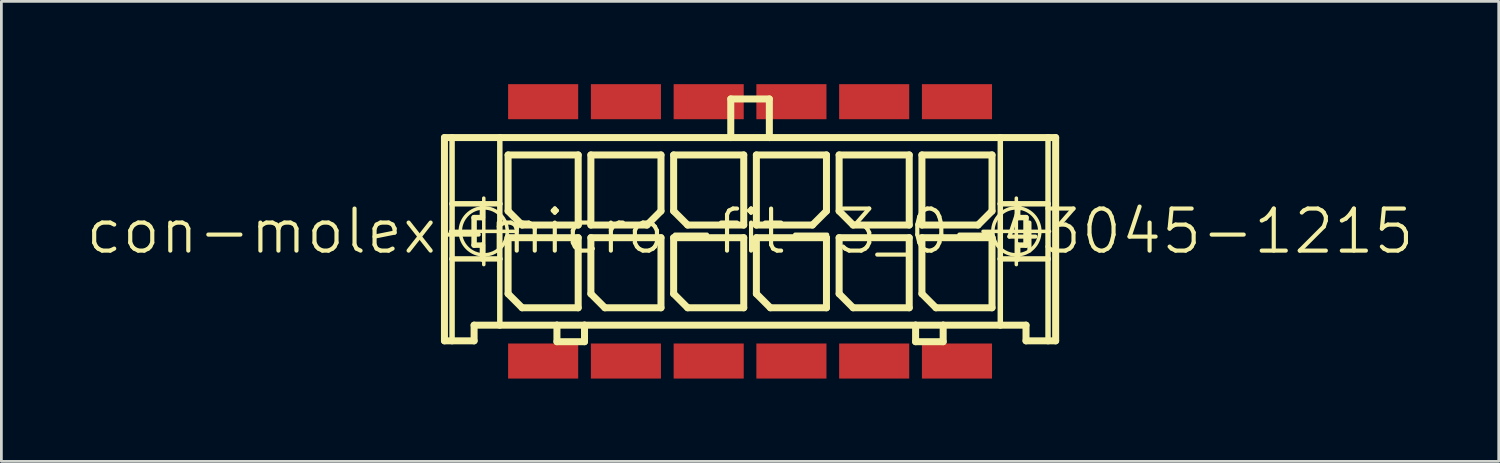
<source format=kicad_pcb>
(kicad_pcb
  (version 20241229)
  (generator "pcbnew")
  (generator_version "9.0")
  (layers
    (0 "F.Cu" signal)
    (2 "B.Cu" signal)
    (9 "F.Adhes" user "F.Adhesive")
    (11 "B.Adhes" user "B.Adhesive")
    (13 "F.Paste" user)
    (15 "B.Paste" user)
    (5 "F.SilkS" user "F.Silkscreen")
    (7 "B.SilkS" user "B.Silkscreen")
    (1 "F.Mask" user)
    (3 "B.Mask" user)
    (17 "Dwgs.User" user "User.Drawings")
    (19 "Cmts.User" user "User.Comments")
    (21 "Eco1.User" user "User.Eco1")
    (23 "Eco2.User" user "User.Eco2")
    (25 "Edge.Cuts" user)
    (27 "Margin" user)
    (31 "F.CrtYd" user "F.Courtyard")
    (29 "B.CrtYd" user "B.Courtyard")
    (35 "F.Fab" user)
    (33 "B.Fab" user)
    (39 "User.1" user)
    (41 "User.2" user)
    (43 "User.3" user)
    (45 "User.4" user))
  (footprint "con-molex-micro-fit-3_0-43045-1215"
    (layer "F.Cu")
    (at 24.13 5.334)
    (property "Reference" "con-molex-micro-fit-3_0-43045-1215" (at 0 0 0) (layer "F.SilkS") (effects (font (size 1.524 1.524) (thickness 0.15))))
    (attr smd)
    (fp_line (start -11.074 -3.399) (end -10.798 -3.399) (stroke (width 0.254) (type solid)) (layer "F.SilkS"))
    (fp_line (start -11.074 3.967) (end -11.074 -3.399) (stroke (width 0.254) (type solid)) (layer "F.SilkS"))
    (fp_line (start -10.853 0) (end -8.443 0) (stroke (width 0.127) (type solid)) (layer "F.SilkS"))
    (fp_line (start -10.798 -3.399) (end -9.068 -3.399) (stroke (width 0.254) (type solid)) (layer "F.SilkS"))
    (fp_line (start -10.798 -0.998) (end -10.798 -3.399) (stroke (width 0.198) (type solid)) (layer "F.SilkS"))
    (fp_line (start -10.798 0.998) (end -10.798 -0.998) (stroke (width 0.198) (type solid)) (layer "F.SilkS"))
    (fp_line (start -10.798 3.967) (end -11.074 3.967) (stroke (width 0.254) (type solid)) (layer "F.SilkS"))
    (fp_line (start -10.798 3.967) (end -10.798 0.998) (stroke (width 0.198) (type solid)) (layer "F.SilkS"))
    (fp_line (start -10 -0.498) (end -10 0.498) (stroke (width 0.198) (type solid)) (layer "F.SilkS"))
    (fp_line (start -10 0.498) (end -9.698 0.498) (stroke (width 0.198) (type solid)) (layer "F.SilkS"))
    (fp_line (start -10 3.399) (end -10 3.967) (stroke (width 0.254) (type solid)) (layer "F.SilkS"))
    (fp_line (start -10 3.967) (end -10.798 3.967) (stroke (width 0.254) (type solid)) (layer "F.SilkS"))
    (fp_line (start -9.698 -0.998) (end -10.798 -0.998) (stroke (width 0.198) (type solid)) (layer "F.SilkS"))
    (fp_line (start -9.698 -0.998) (end -9.698 -0.498) (stroke (width 0.198) (type solid)) (layer "F.SilkS"))
    (fp_line (start -9.698 -0.498) (end -10 -0.498) (stroke (width 0.198) (type solid)) (layer "F.SilkS"))
    (fp_line (start -9.698 0.498) (end -9.698 0.998) (stroke (width 0.198) (type solid)) (layer "F.SilkS"))
    (fp_line (start -9.698 0.998) (end -10.798 0.998) (stroke (width 0.198) (type solid)) (layer "F.SilkS"))
    (fp_line (start -9.649 1.204) (end -9.649 -1.204) (stroke (width 0.127) (type solid)) (layer "F.SilkS"))
    (fp_line (start -9.068 -3.399) (end -0.699 -3.399) (stroke (width 0.254) (type solid)) (layer "F.SilkS"))
    (fp_line (start -9.068 -0.998) (end -9.698 -0.998) (stroke (width 0.198) (type solid)) (layer "F.SilkS"))
    (fp_line (start -9.068 -0.998) (end -9.068 -3.399) (stroke (width 0.198) (type solid)) (layer "F.SilkS"))
    (fp_line (start -9.068 0.998) (end -9.698 0.998) (stroke (width 0.198) (type solid)) (layer "F.SilkS"))
    (fp_line (start -9.068 0.998) (end -9.068 -0.998) (stroke (width 0.198) (type solid)) (layer "F.SilkS"))
    (fp_line (start -9.068 3.399) (end -10 3.399) (stroke (width 0.254) (type solid)) (layer "F.SilkS"))
    (fp_line (start -9.068 3.399) (end -9.068 0.998) (stroke (width 0.198) (type solid)) (layer "F.SilkS"))
    (fp_line (start -8.768 -2.769) (end -6.228 -2.769) (stroke (width 0.254) (type solid)) (layer "F.SilkS"))
    (fp_line (start -8.768 -0.737) (end -8.768 -2.769) (stroke (width 0.254) (type solid)) (layer "F.SilkS"))
    (fp_line (start -8.768 0.229) (end -6.228 0.229) (stroke (width 0.254) (type solid)) (layer "F.SilkS"))
    (fp_line (start -8.768 2.261) (end -8.768 0.229) (stroke (width 0.254) (type solid)) (layer "F.SilkS"))
    (fp_line (start -8.26 -0.229) (end -8.768 -0.737) (stroke (width 0.254) (type solid)) (layer "F.SilkS"))
    (fp_line (start -8.26 2.769) (end -8.768 2.261) (stroke (width 0.254) (type solid)) (layer "F.SilkS"))
    (fp_line (start -6.998 3.399) (end -9.068 3.399) (stroke (width 0.254) (type solid)) (layer "F.SilkS"))
    (fp_line (start -6.998 3.399) (end -6.998 3.998) (stroke (width 0.254) (type solid)) (layer "F.SilkS"))
    (fp_line (start -6.998 3.998) (end -5.999 3.998) (stroke (width 0.254) (type solid)) (layer "F.SilkS"))
    (fp_line (start -6.228 -2.769) (end -6.228 -0.229) (stroke (width 0.254) (type solid)) (layer "F.SilkS"))
    (fp_line (start -6.228 -0.229) (end -8.26 -0.229) (stroke (width 0.254) (type solid)) (layer "F.SilkS"))
    (fp_line (start -6.228 0.229) (end -6.228 2.769) (stroke (width 0.254) (type solid)) (layer "F.SilkS"))
    (fp_line (start -6.228 2.769) (end -8.26 2.769) (stroke (width 0.254) (type solid)) (layer "F.SilkS"))
    (fp_line (start -5.999 3.399) (end -6.998 3.399) (stroke (width 0.254) (type solid)) (layer "F.SilkS"))
    (fp_line (start -5.999 3.998) (end -5.999 3.399) (stroke (width 0.254) (type solid)) (layer "F.SilkS"))
    (fp_line (start -5.768 -2.769) (end -5.768 -0.229) (stroke (width 0.254) (type solid)) (layer "F.SilkS"))
    (fp_line (start -5.768 -0.229) (end -3.736 -0.229) (stroke (width 0.254) (type solid)) (layer "F.SilkS"))
    (fp_line (start -5.768 0.229) (end -3.228 0.229) (stroke (width 0.254) (type solid)) (layer "F.SilkS"))
    (fp_line (start -5.768 2.261) (end -5.768 0.229) (stroke (width 0.254) (type solid)) (layer "F.SilkS"))
    (fp_line (start -5.26 2.769) (end -5.768 2.261) (stroke (width 0.254) (type solid)) (layer "F.SilkS"))
    (fp_line (start -3.736 -0.229) (end -3.228 -0.737) (stroke (width 0.254) (type solid)) (layer "F.SilkS"))
    (fp_line (start -3.228 -2.769) (end -5.768 -2.769) (stroke (width 0.254) (type solid)) (layer "F.SilkS"))
    (fp_line (start -3.228 -0.737) (end -3.228 -2.769) (stroke (width 0.254) (type solid)) (layer "F.SilkS"))
    (fp_line (start -3.228 0.229) (end -3.228 2.769) (stroke (width 0.254) (type solid)) (layer "F.SilkS"))
    (fp_line (start -3.228 2.769) (end -5.26 2.769) (stroke (width 0.254) (type solid)) (layer "F.SilkS"))
    (fp_line (start -2.769 -2.769) (end -0.229 -2.769) (stroke (width 0.254) (type solid)) (layer "F.SilkS"))
    (fp_line (start -2.769 -0.737) (end -2.769 -2.769) (stroke (width 0.254) (type solid)) (layer "F.SilkS"))
    (fp_line (start -2.769 0.229) (end -0.229 0.229) (stroke (width 0.254) (type solid)) (layer "F.SilkS"))
    (fp_line (start -2.769 2.261) (end -2.769 0.229) (stroke (width 0.254) (type solid)) (layer "F.SilkS"))
    (fp_line (start -2.261 -0.229) (end -2.769 -0.737) (stroke (width 0.254) (type solid)) (layer "F.SilkS"))
    (fp_line (start -2.261 2.769) (end -2.769 2.261) (stroke (width 0.254) (type solid)) (layer "F.SilkS"))
    (fp_line (start -0.699 -4.798) (end -0.699 -3.399) (stroke (width 0.254) (type solid)) (layer "F.SilkS"))
    (fp_line (start -0.699 -4.798) (end 0.699 -4.798) (stroke (width 0.254) (type solid)) (layer "F.SilkS"))
    (fp_line (start -0.699 -3.399) (end 0.699 -3.399) (stroke (width 0.254) (type solid)) (layer "F.SilkS"))
    (fp_line (start -0.229 -2.769) (end -0.229 -0.229) (stroke (width 0.254) (type solid)) (layer "F.SilkS"))
    (fp_line (start -0.229 -0.229) (end -2.261 -0.229) (stroke (width 0.254) (type solid)) (layer "F.SilkS"))
    (fp_line (start -0.229 0.229) (end -0.229 2.769) (stroke (width 0.254) (type solid)) (layer "F.SilkS"))
    (fp_line (start -0.229 2.769) (end -2.261 2.769) (stroke (width 0.254) (type solid)) (layer "F.SilkS"))
    (fp_line (start 0.229 -2.769) (end 0.229 -0.229) (stroke (width 0.254) (type solid)) (layer "F.SilkS"))
    (fp_line (start 0.229 -0.229) (end 2.261 -0.229) (stroke (width 0.254) (type solid)) (layer "F.SilkS"))
    (fp_line (start 0.229 0.229) (end 2.769 0.229) (stroke (width 0.254) (type solid)) (layer "F.SilkS"))
    (fp_line (start 0.229 2.261) (end 0.229 0.229) (stroke (width 0.254) (type solid)) (layer "F.SilkS"))
    (fp_line (start 0.699 -4.798) (end 0.699 -3.399) (stroke (width 0.254) (type solid)) (layer "F.SilkS"))
    (fp_line (start 0.699 -3.399) (end 9.068 -3.399) (stroke (width 0.254) (type solid)) (layer "F.SilkS"))
    (fp_line (start 0.737 2.769) (end 0.229 2.261) (stroke (width 0.254) (type solid)) (layer "F.SilkS"))
    (fp_line (start 2.261 -0.229) (end 2.769 -0.737) (stroke (width 0.254) (type solid)) (layer "F.SilkS"))
    (fp_line (start 2.769 -2.769) (end 0.229 -2.769) (stroke (width 0.254) (type solid)) (layer "F.SilkS"))
    (fp_line (start 2.769 -0.737) (end 2.769 -2.769) (stroke (width 0.254) (type solid)) (layer "F.SilkS"))
    (fp_line (start 2.769 0.229) (end 2.769 2.769) (stroke (width 0.254) (type solid)) (layer "F.SilkS"))
    (fp_line (start 2.769 2.769) (end 0.737 2.769) (stroke (width 0.254) (type solid)) (layer "F.SilkS"))
    (fp_line (start 3.228 -2.769) (end 5.768 -2.769) (stroke (width 0.254) (type solid)) (layer "F.SilkS"))
    (fp_line (start 3.228 -0.737) (end 3.228 -2.769) (stroke (width 0.254) (type solid)) (layer "F.SilkS"))
    (fp_line (start 3.228 0.229) (end 5.768 0.229) (stroke (width 0.254) (type solid)) (layer "F.SilkS"))
    (fp_line (start 3.228 2.261) (end 3.228 0.229) (stroke (width 0.254) (type solid)) (layer "F.SilkS"))
    (fp_line (start 3.736 -0.229) (end 3.228 -0.737) (stroke (width 0.254) (type solid)) (layer "F.SilkS"))
    (fp_line (start 3.736 2.769) (end 3.228 2.261) (stroke (width 0.254) (type solid)) (layer "F.SilkS"))
    (fp_line (start 5.768 -2.769) (end 5.768 -0.229) (stroke (width 0.254) (type solid)) (layer "F.SilkS"))
    (fp_line (start 5.768 -0.229) (end 3.736 -0.229) (stroke (width 0.254) (type solid)) (layer "F.SilkS"))
    (fp_line (start 5.768 0.229) (end 5.768 2.769) (stroke (width 0.254) (type solid)) (layer "F.SilkS"))
    (fp_line (start 5.768 2.769) (end 3.736 2.769) (stroke (width 0.254) (type solid)) (layer "F.SilkS"))
    (fp_line (start 5.999 3.399) (end -5.999 3.399) (stroke (width 0.254) (type solid)) (layer "F.SilkS"))
    (fp_line (start 5.999 3.399) (end 5.999 3.998) (stroke (width 0.254) (type solid)) (layer "F.SilkS"))
    (fp_line (start 5.999 3.998) (end 6.998 3.998) (stroke (width 0.254) (type solid)) (layer "F.SilkS"))
    (fp_line (start 6.228 -2.769) (end 6.228 -0.229) (stroke (width 0.254) (type solid)) (layer "F.SilkS"))
    (fp_line (start 6.228 -0.229) (end 8.26 -0.229) (stroke (width 0.254) (type solid)) (layer "F.SilkS"))
    (fp_line (start 6.228 0.229) (end 8.768 0.229) (stroke (width 0.254) (type solid)) (layer "F.SilkS"))
    (fp_line (start 6.228 2.261) (end 6.228 0.229) (stroke (width 0.254) (type solid)) (layer "F.SilkS"))
    (fp_line (start 6.736 2.769) (end 6.228 2.261) (stroke (width 0.254) (type solid)) (layer "F.SilkS"))
    (fp_line (start 6.998 3.399) (end 5.999 3.399) (stroke (width 0.254) (type solid)) (layer "F.SilkS"))
    (fp_line (start 6.998 3.998) (end 6.998 3.399) (stroke (width 0.254) (type solid)) (layer "F.SilkS"))
    (fp_line (start 8.26 -0.229) (end 8.768 -0.737) (stroke (width 0.254) (type solid)) (layer "F.SilkS"))
    (fp_line (start 8.443 0) (end 10.853 0) (stroke (width 0.127) (type solid)) (layer "F.SilkS"))
    (fp_line (start 8.768 -2.769) (end 6.228 -2.769) (stroke (width 0.254) (type solid)) (layer "F.SilkS"))
    (fp_line (start 8.768 -0.737) (end 8.768 -2.769) (stroke (width 0.254) (type solid)) (layer "F.SilkS"))
    (fp_line (start 8.768 0.229) (end 8.768 2.769) (stroke (width 0.254) (type solid)) (layer "F.SilkS"))
    (fp_line (start 8.768 2.769) (end 6.736 2.769) (stroke (width 0.254) (type solid)) (layer "F.SilkS"))
    (fp_line (start 9.068 -3.399) (end 9.068 -0.998) (stroke (width 0.198) (type solid)) (layer "F.SilkS"))
    (fp_line (start 9.068 -3.399) (end 10.798 -3.399) (stroke (width 0.254) (type solid)) (layer "F.SilkS"))
    (fp_line (start 9.068 -0.998) (end 9.068 0.998) (stroke (width 0.198) (type solid)) (layer "F.SilkS"))
    (fp_line (start 9.068 -0.998) (end 9.698 -0.998) (stroke (width 0.198) (type solid)) (layer "F.SilkS"))
    (fp_line (start 9.068 0.998) (end 9.068 3.399) (stroke (width 0.198) (type solid)) (layer "F.SilkS"))
    (fp_line (start 9.068 0.998) (end 9.698 0.998) (stroke (width 0.198) (type solid)) (layer "F.SilkS"))
    (fp_line (start 9.068 3.399) (end 6.998 3.399) (stroke (width 0.254) (type solid)) (layer "F.SilkS"))
    (fp_line (start 9.649 1.204) (end 9.649 -1.204) (stroke (width 0.127) (type solid)) (layer "F.SilkS"))
    (fp_line (start 9.698 -0.998) (end 9.698 -0.498) (stroke (width 0.198) (type solid)) (layer "F.SilkS"))
    (fp_line (start 9.698 -0.998) (end 10.798 -0.998) (stroke (width 0.198) (type solid)) (layer "F.SilkS"))
    (fp_line (start 9.698 -0.498) (end 10 -0.498) (stroke (width 0.198) (type solid)) (layer "F.SilkS"))
    (fp_line (start 9.698 0.498) (end 9.698 0.998) (stroke (width 0.198) (type solid)) (layer "F.SilkS"))
    (fp_line (start 9.698 0.998) (end 10.798 0.998) (stroke (width 0.198) (type solid)) (layer "F.SilkS"))
    (fp_line (start 10 -0.498) (end 10 0.498) (stroke (width 0.198) (type solid)) (layer "F.SilkS"))
    (fp_line (start 10 0.498) (end 9.698 0.498) (stroke (width 0.198) (type solid)) (layer "F.SilkS"))
    (fp_line (start 10 3.399) (end 9.068 3.399) (stroke (width 0.254) (type solid)) (layer "F.SilkS"))
    (fp_line (start 10 3.967) (end 10 3.399) (stroke (width 0.254) (type solid)) (layer "F.SilkS"))
    (fp_line (start 10 3.967) (end 10.798 3.967) (stroke (width 0.254) (type solid)) (layer "F.SilkS"))
    (fp_line (start 10.798 -3.399) (end 11.074 -3.399) (stroke (width 0.254) (type solid)) (layer "F.SilkS"))
    (fp_line (start 10.798 -0.998) (end 10.798 -3.399) (stroke (width 0.198) (type solid)) (layer "F.SilkS"))
    (fp_line (start 10.798 0.998) (end 10.798 -0.998) (stroke (width 0.198) (type solid)) (layer "F.SilkS"))
    (fp_line (start 10.798 3.967) (end 10.798 0.998) (stroke (width 0.198) (type solid)) (layer "F.SilkS"))
    (fp_line (start 10.798 3.967) (end 11.074 3.967) (stroke (width 0.254) (type solid)) (layer "F.SilkS"))
    (fp_line (start 11.074 -3.399) (end 11.074 3.967) (stroke (width 0.254) (type solid)) (layer "F.SilkS"))
    (fp_circle (center -9.649 0) (end -10.251 0.602) (stroke (width 0.127) (type solid)) (fill no) (layer "F.SilkS"))
    (fp_circle (center 9.649 0) (end 10.251 0.602) (stroke (width 0.127) (type solid)) (fill no) (layer "F.SilkS"))
    (pad "P$1" smd rect (at 7.498 4.699) (size 2.54 1.27) (layers "F.Cu" "F.Mask" "F.Paste"))
    (pad "P$2" smd rect (at 4.498 4.699) (size 2.54 1.27) (layers "F.Cu" "F.Mask" "F.Paste"))
    (pad "P$3" smd rect (at 1.499 4.699) (size 2.54 1.27) (layers "F.Cu" "F.Mask" "F.Paste"))
    (pad "P$4" smd rect (at -1.499 4.699) (size 2.54 1.27) (layers "F.Cu" "F.Mask" "F.Paste"))
    (pad "P$5" smd rect (at -4.498 4.699) (size 2.54 1.27) (layers "F.Cu" "F.Mask" "F.Paste"))
    (pad "P$6" smd rect (at -7.498 4.699) (size 2.54 1.27) (layers "F.Cu" "F.Mask" "F.Paste"))
    (pad "P$7" smd rect (at 7.498 -4.699) (size 2.54 1.27) (layers "F.Cu" "F.Mask" "F.Paste"))
    (pad "P$8" smd rect (at 4.498 -4.699) (size 2.54 1.27) (layers "F.Cu" "F.Mask" "F.Paste"))
    (pad "P$9" smd rect (at 1.499 -4.699) (size 2.54 1.27) (layers "F.Cu" "F.Mask" "F.Paste"))
    (pad "P$10" smd rect (at -1.499 -4.699) (size 2.54 1.27) (layers "F.Cu" "F.Mask" "F.Paste"))
    (pad "P$11" smd rect (at -4.498 -4.699) (size 2.54 1.27) (layers "F.Cu" "F.Mask" "F.Paste"))
    (pad "P$12" smd rect (at -7.498 -4.699) (size 2.54 1.27) (layers "F.Cu" "F.Mask" "F.Paste")))
  (gr_rect
    (start -3 -3)
    (end 51.26 13.668)
    (stroke (width 0.1) (type default))
    (fill no)
    (layer "Edge.Cuts")))
</source>
